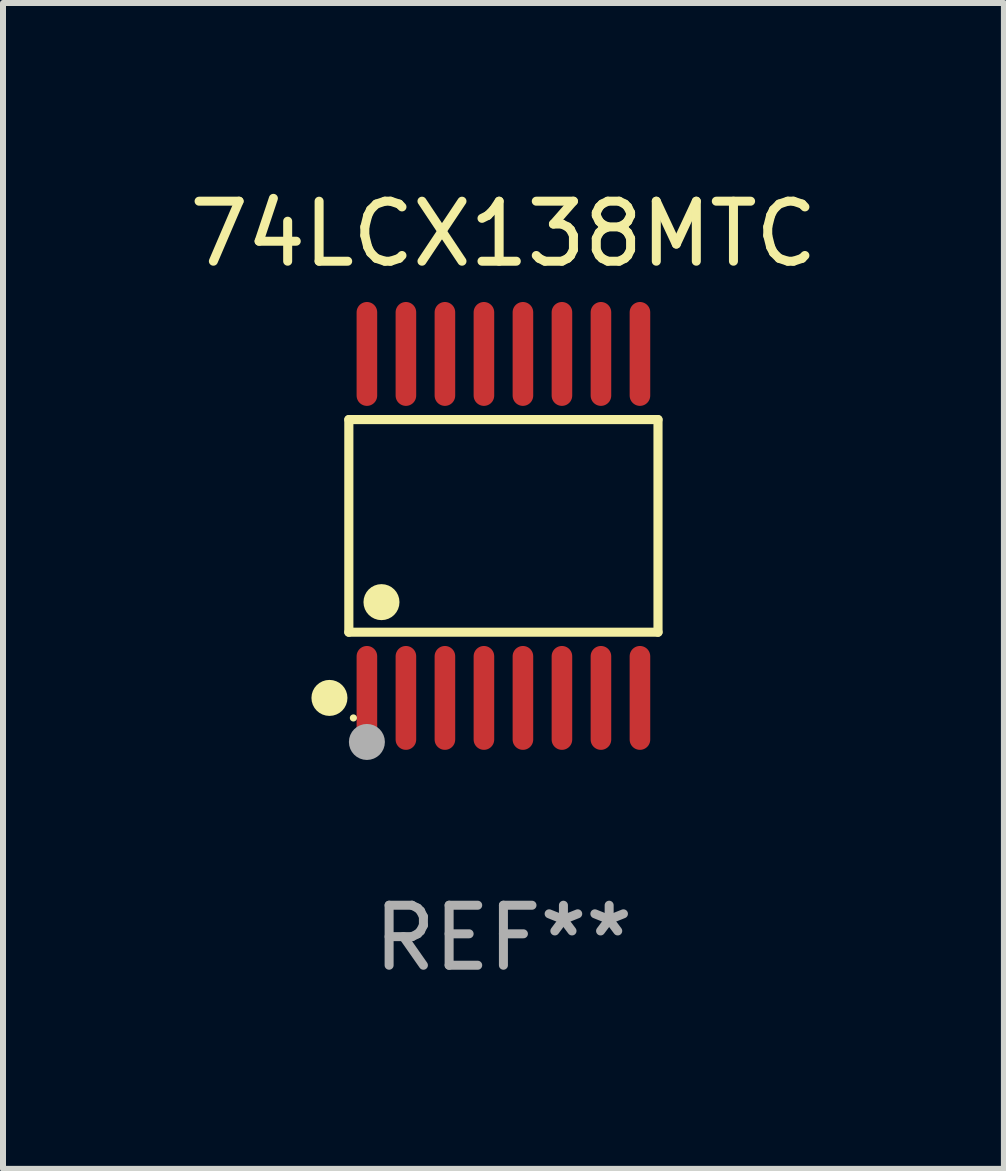
<source format=kicad_pcb>
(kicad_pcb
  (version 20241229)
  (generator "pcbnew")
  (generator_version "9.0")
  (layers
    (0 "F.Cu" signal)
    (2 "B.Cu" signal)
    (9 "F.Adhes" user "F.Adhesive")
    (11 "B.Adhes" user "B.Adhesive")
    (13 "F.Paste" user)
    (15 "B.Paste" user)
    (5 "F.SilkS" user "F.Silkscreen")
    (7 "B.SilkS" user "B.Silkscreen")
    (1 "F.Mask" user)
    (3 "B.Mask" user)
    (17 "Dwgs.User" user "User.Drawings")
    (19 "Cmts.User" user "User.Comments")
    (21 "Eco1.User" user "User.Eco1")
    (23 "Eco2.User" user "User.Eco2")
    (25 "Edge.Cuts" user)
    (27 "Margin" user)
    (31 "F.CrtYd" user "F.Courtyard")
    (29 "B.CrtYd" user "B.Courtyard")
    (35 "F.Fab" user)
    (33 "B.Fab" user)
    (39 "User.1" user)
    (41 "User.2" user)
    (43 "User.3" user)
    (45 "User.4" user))
  (footprint "74LCX138MTC"
    (layer "F.Cu")
    (at 5.339 5.714)
    (property "Reference" "74LCX138MTC" (at 0 -4.866 0) (layer "F.SilkS") (effects (font (size 1 1) (thickness 0.15))))
    (attr through_hole)
    (fp_line (start -2.576 -1.772) (end 2.576 -1.772) (stroke (width 0.152) (type solid)) (layer "F.SilkS"))
    (fp_line (start -2.576 1.771) (end -2.576 -1.772) (stroke (width 0.152) (type solid)) (layer "F.SilkS"))
    (fp_line (start 2.576 -1.772) (end 2.576 1.771) (stroke (width 0.152) (type solid)) (layer "F.SilkS"))
    (fp_line (start 2.576 1.771) (end -2.576 1.771) (stroke (width 0.152) (type solid)) (layer "F.SilkS"))
    (fp_circle (center -2.899 2.866) (end -2.749 2.866) (stroke (width 0.3) (type solid)) (fill no) (layer "F.SilkS"))
    (fp_circle (center -2.5 3.2) (end -2.47 3.2) (stroke (width 0.06) (type solid)) (fill no) (layer "F.SilkS"))
    (fp_circle (center -2.032 1.27) (end -1.882 1.27) (stroke (width 0.3) (type solid)) (fill no) (layer "F.SilkS"))
    (fp_circle (center -2.275 3.6) (end -2.125 3.6) (stroke (width 0.3) (type solid)) (fill no) (layer "F.Fab"))
    (fp_text user "REF**" (at 0 6.866 0) (layer "F.Fab") (effects (font (size 1 1) (thickness 0.15))))
    (pad "1" smd oval (at -2.275 2.866) (size 0.343 1.731) (layers "F.Cu" "F.Mask" "F.Paste"))
    (pad "2" smd oval (at -1.625 2.866) (size 0.343 1.731) (layers "F.Cu" "F.Mask" "F.Paste"))
    (pad "3" smd oval (at -0.975 2.866) (size 0.343 1.731) (layers "F.Cu" "F.Mask" "F.Paste"))
    (pad "4" smd oval (at -0.325 2.866) (size 0.343 1.731) (layers "F.Cu" "F.Mask" "F.Paste"))
    (pad "5" smd oval (at 0.325 2.866) (size 0.343 1.731) (layers "F.Cu" "F.Mask" "F.Paste"))
    (pad "6" smd oval (at 0.975 2.866) (size 0.343 1.731) (layers "F.Cu" "F.Mask" "F.Paste"))
    (pad "7" smd oval (at 1.625 2.866) (size 0.343 1.731) (layers "F.Cu" "F.Mask" "F.Paste"))
    (pad "8" smd oval (at 2.275 2.866) (size 0.343 1.731) (layers "F.Cu" "F.Mask" "F.Paste"))
    (pad "9" smd oval (at 2.275 -2.866) (size 0.343 1.731) (layers "F.Cu" "F.Mask" "F.Paste"))
    (pad "10" smd oval (at 1.625 -2.866) (size 0.343 1.731) (layers "F.Cu" "F.Mask" "F.Paste"))
    (pad "11" smd oval (at 0.975 -2.866) (size 0.343 1.731) (layers "F.Cu" "F.Mask" "F.Paste"))
    (pad "12" smd oval (at 0.325 -2.866) (size 0.343 1.731) (layers "F.Cu" "F.Mask" "F.Paste"))
    (pad "13" smd oval (at -0.325 -2.866) (size 0.343 1.731) (layers "F.Cu" "F.Mask" "F.Paste"))
    (pad "14" smd oval (at -0.975 -2.866) (size 0.343 1.731) (layers "F.Cu" "F.Mask" "F.Paste"))
    (pad "15" smd oval (at -1.625 -2.866) (size 0.343 1.731) (layers "F.Cu" "F.Mask" "F.Paste"))
    (pad "16" smd oval (at -2.275 -2.866) (size 0.343 1.731) (layers "F.Cu" "F.Mask" "F.Paste")))
  (gr_rect
    (start -3 -3)
    (end 13.679 16.428)
    (stroke (width 0.1) (type default))
    (fill no)
    (layer "Edge.Cuts")))
</source>
